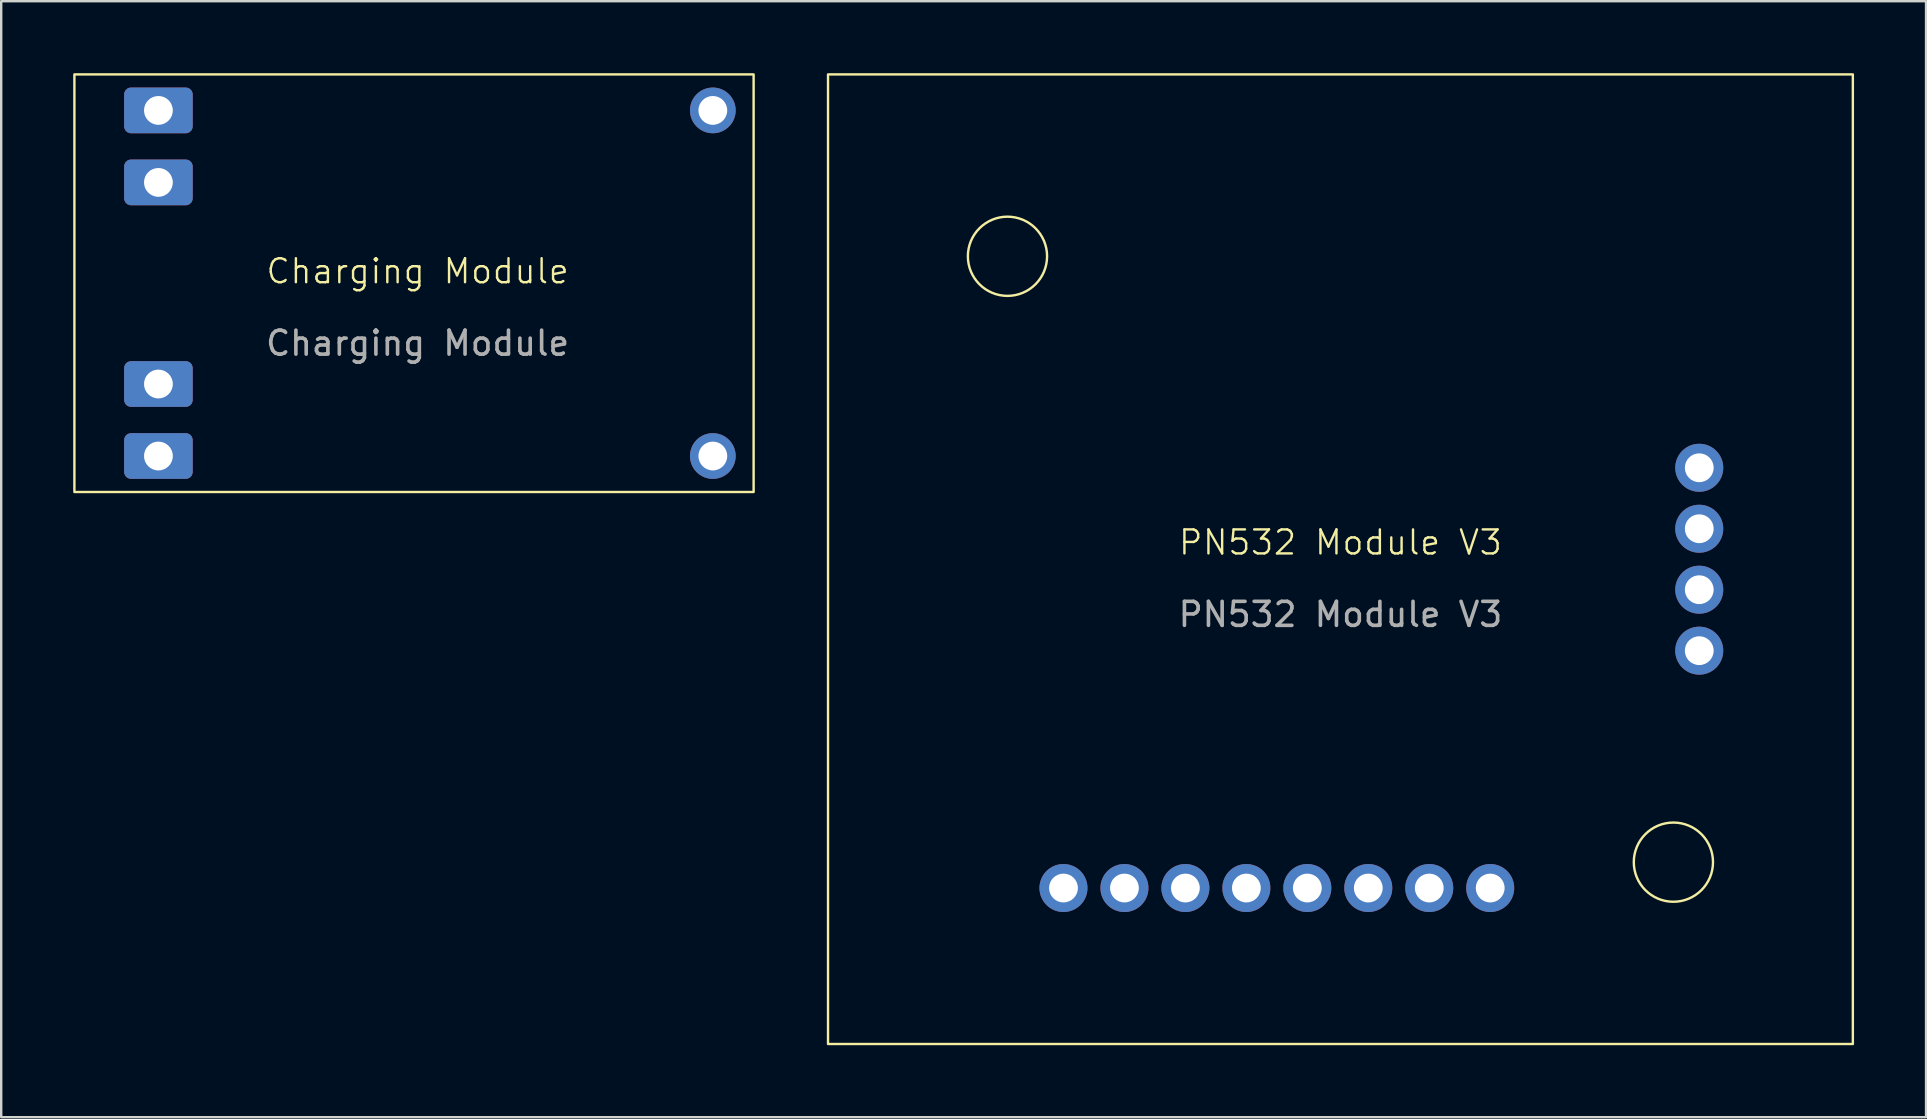
<source format=kicad_pcb>
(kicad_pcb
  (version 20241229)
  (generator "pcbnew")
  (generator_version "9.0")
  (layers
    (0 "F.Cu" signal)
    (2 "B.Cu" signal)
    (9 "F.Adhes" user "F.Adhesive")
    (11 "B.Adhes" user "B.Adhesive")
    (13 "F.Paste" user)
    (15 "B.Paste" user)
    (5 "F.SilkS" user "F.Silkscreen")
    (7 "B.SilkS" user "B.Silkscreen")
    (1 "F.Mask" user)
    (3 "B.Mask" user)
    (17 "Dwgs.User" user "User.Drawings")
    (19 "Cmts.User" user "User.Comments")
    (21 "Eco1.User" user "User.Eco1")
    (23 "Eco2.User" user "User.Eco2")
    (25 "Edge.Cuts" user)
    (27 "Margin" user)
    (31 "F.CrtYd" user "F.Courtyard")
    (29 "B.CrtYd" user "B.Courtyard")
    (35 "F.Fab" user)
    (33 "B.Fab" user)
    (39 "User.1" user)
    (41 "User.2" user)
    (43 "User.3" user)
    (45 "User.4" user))
  (footprint "Charging Module"
    (layer "F.Cu")
    (at 14.35 8.75)
    (property "Reference" "Charging Module" (at 0 -0.5 0) (unlocked yes) (layer "F.SilkS") (effects (font (size 1 1) (thickness 0.1))))
    (attr smd)
    (fp_rect (start -14.3 -8.7) (end 14 8.7) (stroke (width 0.1) (type solid)) (fill no) (layer "F.SilkS"))
    (fp_text user "${REFERENCE}" (at 0 2.5 0) (unlocked yes) (layer "F.Fab") (effects (font (size 1 1) (thickness 0.15))))
    (pad "" thru_hole circle (at 12.3 -7.2) (size 1.905 1.905) (drill 1.2) (layers "*.Cu" "*.Mask"))
    (pad "" thru_hole circle (at 12.3 7.2) (size 1.905 1.905) (drill 1.2) (layers "*.Cu" "*.Mask"))
    (pad "1" thru_hole roundrect (at -10.8 7.2) (size 2.857 1.905) (drill 1.2) (layers "*.Cu" "*.Mask") (roundrect_rratio 0.15))
    (pad "2" thru_hole roundrect (at -10.8 4.2) (size 2.857 1.905) (drill 1.2) (layers "*.Cu" "*.Mask") (roundrect_rratio 0.15))
    (pad "3" thru_hole roundrect (at -10.8 -4.2) (size 2.857 1.905) (drill 1.2) (layers "*.Cu" "*.Mask") (roundrect_rratio 0.15))
    (pad "4" thru_hole roundrect (at -10.8 -7.2) (size 2.857 1.905) (drill 1.2) (layers "*.Cu" "*.Mask") (roundrect_rratio 0.15)))
  (footprint "PN532 Module V3"
    (layer "F.Cu")
    (at 52.8 20.05)
    (property "Reference" "PN532 Module V3" (at 0 -0.5 0) (unlocked yes) (layer "F.SilkS") (effects (font (size 1 1) (thickness 0.1))))
    (attr smd)
    (fp_rect (start -21.35 -20) (end 21.35 20.4) (stroke (width 0.1) (type solid)) (fill no) (layer "F.SilkS"))
    (fp_circle (center -13.873 -12.422) (end -12.223 -12.422) (stroke (width 0.1) (type solid)) (fill no) (layer "F.SilkS"))
    (fp_circle (center 13.873 12.822) (end 15.523 12.822) (stroke (width 0.1) (type solid)) (fill no) (layer "F.SilkS"))
    (fp_text user "${REFERENCE}" (at 0 2.5 0) (unlocked yes) (layer "F.Fab") (effects (font (size 1 1) (thickness 0.15))))
    (pad "1" thru_hole circle (at 6.24 13.9) (size 2 2) (drill 1.2) (layers "*.Cu" "*.Mask"))
    (pad "2" thru_hole circle (at 3.7 13.9) (size 2 2) (drill 1.2) (layers "*.Cu" "*.Mask"))
    (pad "3" thru_hole circle (at 1.16 13.9) (size 2 2) (drill 1.2) (layers "*.Cu" "*.Mask"))
    (pad "4" thru_hole circle (at -1.38 13.9) (size 2 2) (drill 1.2) (layers "*.Cu" "*.Mask"))
    (pad "5" thru_hole circle (at -3.92 13.9) (size 2 2) (drill 1.2) (layers "*.Cu" "*.Mask"))
    (pad "6" thru_hole circle (at -6.46 13.9) (size 2 2) (drill 1.2) (layers "*.Cu" "*.Mask"))
    (pad "7" thru_hole circle (at -9 13.9) (size 2 2) (drill 1.2) (layers "*.Cu" "*.Mask"))
    (pad "8" thru_hole circle (at -11.54 13.9) (size 2 2) (drill 1.2) (layers "*.Cu" "*.Mask"))
    (pad "9" thru_hole circle (at 14.95 -3.61) (size 2 2) (drill 1.2) (layers "*.Cu" "*.Mask"))
    (pad "10" thru_hole circle (at 14.95 -1.07) (size 2 2) (drill 1.2) (layers "*.Cu" "*.Mask"))
    (pad "11" thru_hole circle (at 14.95 1.47) (size 2 2) (drill 1.2) (layers "*.Cu" "*.Mask"))
    (pad "12" thru_hole circle (at 14.95 4.01) (size 2 2) (drill 1.2) (layers "*.Cu" "*.Mask")))
  (gr_rect
    (start -3 -3)
    (end 77.2 43.5)
    (stroke (width 0.1) (type default))
    (fill no)
    (layer "Edge.Cuts")))
</source>
